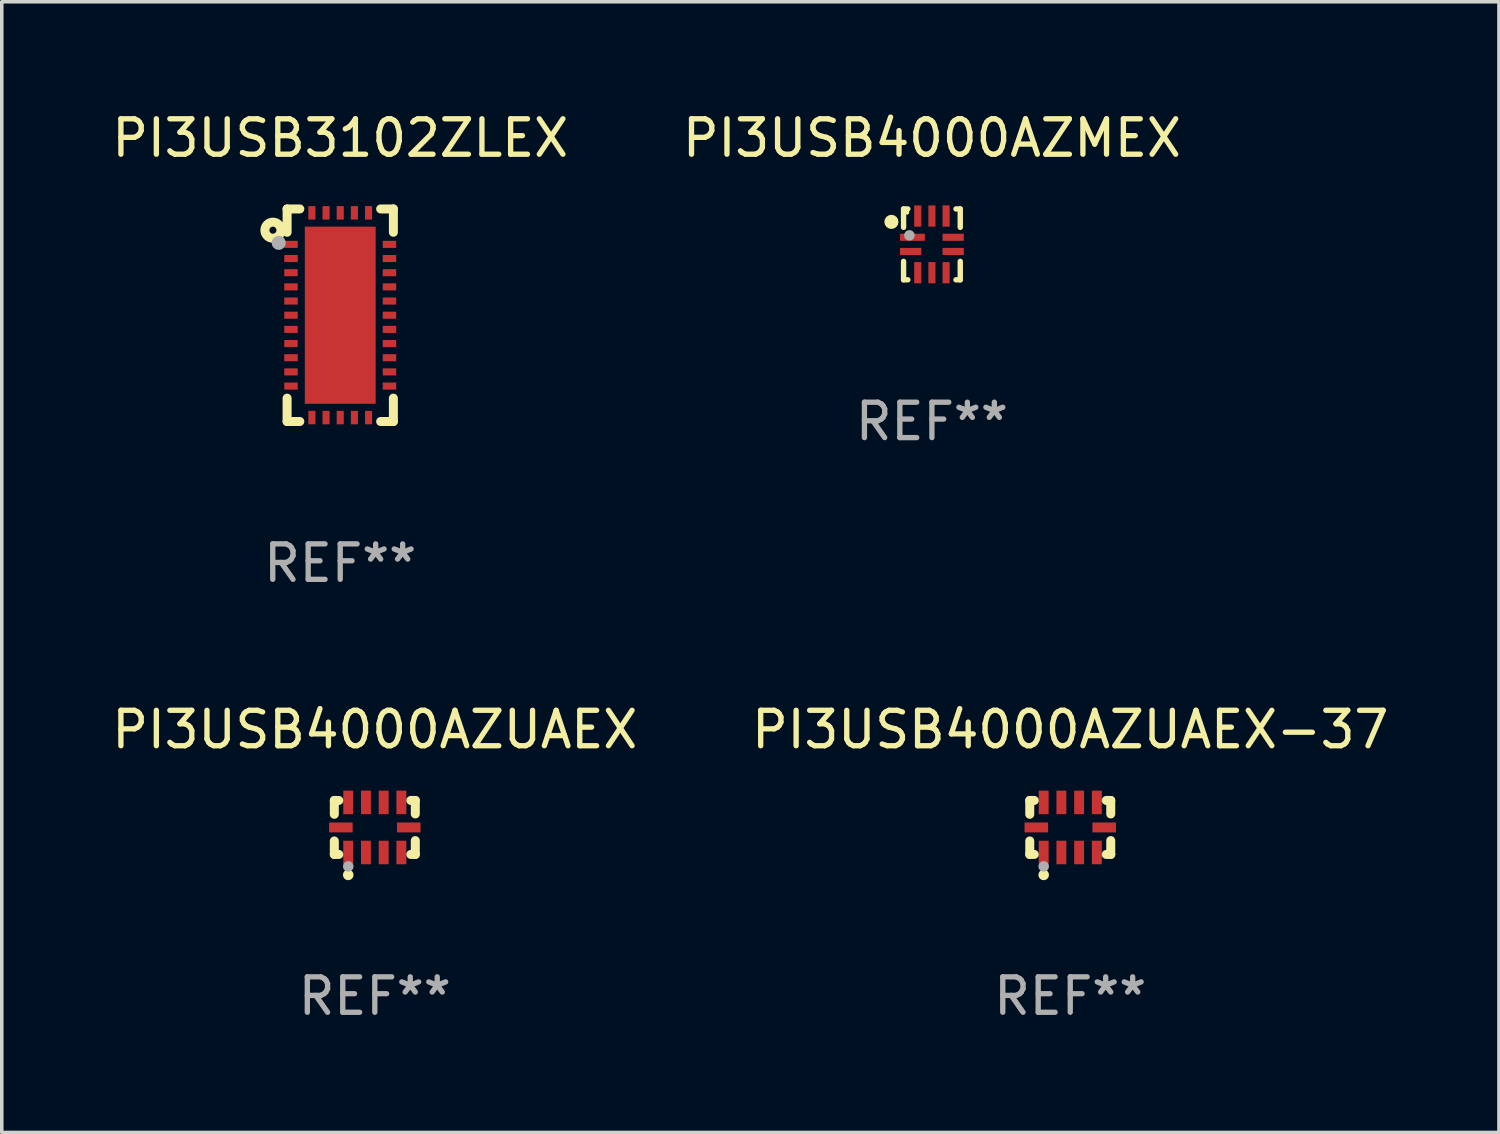
<source format=kicad_pcb>
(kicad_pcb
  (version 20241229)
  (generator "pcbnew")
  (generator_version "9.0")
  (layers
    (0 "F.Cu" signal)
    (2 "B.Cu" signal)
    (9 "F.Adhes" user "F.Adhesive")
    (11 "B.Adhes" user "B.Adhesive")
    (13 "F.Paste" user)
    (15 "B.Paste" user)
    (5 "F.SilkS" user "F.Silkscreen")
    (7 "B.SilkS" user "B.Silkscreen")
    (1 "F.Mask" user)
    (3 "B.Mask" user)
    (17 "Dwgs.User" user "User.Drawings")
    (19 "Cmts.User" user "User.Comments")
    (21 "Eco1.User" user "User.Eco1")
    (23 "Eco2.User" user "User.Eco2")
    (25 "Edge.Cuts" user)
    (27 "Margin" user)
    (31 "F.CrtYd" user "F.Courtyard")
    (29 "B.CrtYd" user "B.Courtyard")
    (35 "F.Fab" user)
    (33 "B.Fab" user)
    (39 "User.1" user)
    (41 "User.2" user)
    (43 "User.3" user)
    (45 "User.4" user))
  (footprint "PI3USB3102ZLEX"
    (layer "F.Cu")
    (at 6.554 5.848)
    (property "Reference" "PI3USB3102ZLEX" (at 0 -5 0) (layer "F.SilkS") (effects (font (size 1 1) (thickness 0.15))))
    (attr through_hole)
    (fp_line (start -1.5 -3) (end -1.141 -3) (stroke (width 0.254) (type solid)) (layer "F.SilkS"))
    (fp_line (start -1.5 -2.341) (end -1.5 -3) (stroke (width 0.254) (type solid)) (layer "F.SilkS"))
    (fp_line (start -1.5 3) (end -1.5 2.341) (stroke (width 0.254) (type solid)) (layer "F.SilkS"))
    (fp_line (start -1.141 3) (end -1.5 3) (stroke (width 0.254) (type solid)) (layer "F.SilkS"))
    (fp_line (start 1.141 -3) (end 1.5 -3) (stroke (width 0.254) (type solid)) (layer "F.SilkS"))
    (fp_line (start 1.5 -3) (end 1.5 -2.341) (stroke (width 0.254) (type solid)) (layer "F.SilkS"))
    (fp_line (start 1.5 2.341) (end 1.5 3) (stroke (width 0.254) (type solid)) (layer "F.SilkS"))
    (fp_line (start 1.5 3) (end 1.141 3) (stroke (width 0.254) (type solid)) (layer "F.SilkS"))
    (fp_circle (center -1.9 -2.4) (end -1.8 -2.4) (stroke (width 0.254) (type solid)) (fill no) (layer "F.SilkS"))
    (fp_circle (center -1.5 -3) (end -1.47 -3) (stroke (width 0.06) (type solid)) (fill no) (layer "F.SilkS"))
    (fp_circle (center -1.737 -2.043) (end -1.637 -2.043) (stroke (width 0.2) (type solid)) (fill no) (layer "F.Fab"))
    (fp_text user "REF**" (at 0 7 0) (layer "F.Fab") (effects (font (size 1 1) (thickness 0.15))))
    (pad "1" smd rect (at -1.39 -2 90) (size 0.2 0.38) (layers "F.Cu" "F.Mask" "F.Paste"))
    (pad "2" smd rect (at -1.39 -1.6 90) (size 0.2 0.38) (layers "F.Cu" "F.Mask" "F.Paste"))
    (pad "3" smd rect (at -1.39 -1.2 90) (size 0.2 0.38) (layers "F.Cu" "F.Mask" "F.Paste"))
    (pad "4" smd rect (at -1.39 -0.8 90) (size 0.2 0.38) (layers "F.Cu" "F.Mask" "F.Paste"))
    (pad "5" smd rect (at -1.39 -0.4 90) (size 0.2 0.38) (layers "F.Cu" "F.Mask" "F.Paste"))
    (pad "6" smd rect (at -1.39 0 90) (size 0.2 0.38) (layers "F.Cu" "F.Mask" "F.Paste"))
    (pad "7" smd rect (at -1.39 0.4 90) (size 0.2 0.38) (layers "F.Cu" "F.Mask" "F.Paste"))
    (pad "8" smd rect (at -1.39 0.8 90) (size 0.2 0.38) (layers "F.Cu" "F.Mask" "F.Paste"))
    (pad "9" smd rect (at -1.39 1.2 90) (size 0.2 0.38) (layers "F.Cu" "F.Mask" "F.Paste"))
    (pad "10" smd rect (at -1.39 1.6 90) (size 0.2 0.38) (layers "F.Cu" "F.Mask" "F.Paste"))
    (pad "11" smd rect (at -1.39 2 90) (size 0.2 0.38) (layers "F.Cu" "F.Mask" "F.Paste"))
    (pad "12" smd rect (at -0.8 2.89 180) (size 0.2 0.38) (layers "F.Cu" "F.Mask" "F.Paste"))
    (pad "13" smd rect (at -0.4 2.89 180) (size 0.2 0.38) (layers "F.Cu" "F.Mask" "F.Paste"))
    (pad "14" smd rect (at 0 2.89 180) (size 0.2 0.38) (layers "F.Cu" "F.Mask" "F.Paste"))
    (pad "15" smd rect (at 0.4 2.89 180) (size 0.2 0.38) (layers "F.Cu" "F.Mask" "F.Paste"))
    (pad "16" smd rect (at 0.8 2.89 180) (size 0.2 0.38) (layers "F.Cu" "F.Mask" "F.Paste"))
    (pad "17" smd rect (at 1.39 2 270) (size 0.2 0.38) (layers "F.Cu" "F.Mask" "F.Paste"))
    (pad "18" smd rect (at 1.39 1.6 270) (size 0.2 0.38) (layers "F.Cu" "F.Mask" "F.Paste"))
    (pad "19" smd rect (at 1.39 1.2 270) (size 0.2 0.38) (layers "F.Cu" "F.Mask" "F.Paste"))
    (pad "20" smd rect (at 1.39 0.8 270) (size 0.2 0.38) (layers "F.Cu" "F.Mask" "F.Paste"))
    (pad "21" smd rect (at 1.39 0.4 270) (size 0.2 0.38) (layers "F.Cu" "F.Mask" "F.Paste"))
    (pad "22" smd rect (at 1.39 0 270) (size 0.2 0.38) (layers "F.Cu" "F.Mask" "F.Paste"))
    (pad "23" smd rect (at 1.39 -0.4 270) (size 0.2 0.38) (layers "F.Cu" "F.Mask" "F.Paste"))
    (pad "24" smd rect (at 1.39 -0.8 270) (size 0.2 0.38) (layers "F.Cu" "F.Mask" "F.Paste"))
    (pad "25" smd rect (at 1.39 -1.2 270) (size 0.2 0.38) (layers "F.Cu" "F.Mask" "F.Paste"))
    (pad "26" smd rect (at 1.39 -1.6 270) (size 0.2 0.38) (layers "F.Cu" "F.Mask" "F.Paste"))
    (pad "27" smd rect (at 1.39 -2 270) (size 0.2 0.38) (layers "F.Cu" "F.Mask" "F.Paste"))
    (pad "28" smd rect (at 0.8 -2.89) (size 0.2 0.38) (layers "F.Cu" "F.Mask" "F.Paste"))
    (pad "29" smd rect (at 0.4 -2.89) (size 0.2 0.38) (layers "F.Cu" "F.Mask" "F.Paste"))
    (pad "30" smd rect (at 0 -2.89) (size 0.2 0.38) (layers "F.Cu" "F.Mask" "F.Paste"))
    (pad "31" smd rect (at -0.4 -2.89) (size 0.2 0.38) (layers "F.Cu" "F.Mask" "F.Paste"))
    (pad "32" smd rect (at -0.8 -2.89) (size 0.2 0.38) (layers "F.Cu" "F.Mask" "F.Paste"))
    (pad "33" smd rect (at 0 0) (size 2 5) (layers "F.Cu" "F.Mask" "F.Paste")))
  (footprint "PI3USB4000AZUAEX-37"
    (layer "F.Cu")
    (at 27.161 20.307)
    (property "Reference" "PI3USB4000AZUAEX-37" (at 0 -2.762 0) (layer "F.SilkS") (effects (font (size 1 1) (thickness 0.15))))
    (attr through_hole)
    (fp_line (start -1.143 -0.762) (end -1.143 -0.371) (stroke (width 0.254) (type solid)) (layer "F.SilkS"))
    (fp_line (start -1.143 -0.762) (end -1.016 -0.762) (stroke (width 0.254) (type solid)) (layer "F.SilkS"))
    (fp_line (start -1.143 0.762) (end -1.143 0.381) (stroke (width 0.254) (type solid)) (layer "F.SilkS"))
    (fp_line (start -1.143 0.762) (end -1.016 0.762) (stroke (width 0.254) (type solid)) (layer "F.SilkS"))
    (fp_line (start 1.143 -0.762) (end 1.016 -0.762) (stroke (width 0.254) (type solid)) (layer "F.SilkS"))
    (fp_line (start 1.143 -0.762) (end 1.143 -0.381) (stroke (width 0.254) (type solid)) (layer "F.SilkS"))
    (fp_line (start 1.143 0.762) (end 1.016 0.762) (stroke (width 0.254) (type solid)) (layer "F.SilkS"))
    (fp_line (start 1.143 0.762) (end 1.143 0.371) (stroke (width 0.254) (type solid)) (layer "F.SilkS"))
    (fp_circle (center -1.05 0.8) (end -1.02 0.8) (stroke (width 0.06) (type solid)) (fill no) (layer "F.SilkS"))
    (fp_circle (center -0.75 1.34) (end -0.675 1.34) (stroke (width 0.15) (type solid)) (fill no) (layer "F.SilkS"))
    (fp_circle (center -0.75 1.1) (end -0.675 1.1) (stroke (width 0.15) (type solid)) (fill no) (layer "F.Fab"))
    (fp_text user "REF**" (at 0 4.762 0) (layer "F.Fab") (effects (font (size 1 1) (thickness 0.15))))
    (pad "1" smd rect (at -0.75 0.707) (size 0.28 0.665) (layers "F.Cu" "F.Mask" "F.Paste"))
    (pad "2" smd rect (at -0.25 0.707) (size 0.28 0.665) (layers "F.Cu" "F.Mask" "F.Paste"))
    (pad "3" smd rect (at 0.25 0.707) (size 0.28 0.665) (layers "F.Cu" "F.Mask" "F.Paste"))
    (pad "4" smd rect (at 0.75 0.707) (size 0.28 0.665) (layers "F.Cu" "F.Mask" "F.Paste"))
    (pad "5" smd rect (at 0.958 -0.000013) (size 0.665 0.28) (layers "F.Cu" "F.Mask" "F.Paste"))
    (pad "6" smd rect (at 0.75 -0.707) (size 0.28 0.665) (layers "F.Cu" "F.Mask" "F.Paste"))
    (pad "7" smd rect (at 0.25 -0.707) (size 0.28 0.665) (layers "F.Cu" "F.Mask" "F.Paste"))
    (pad "8" smd rect (at -0.25 -0.707) (size 0.28 0.665) (layers "F.Cu" "F.Mask" "F.Paste"))
    (pad "9" smd rect (at -0.75 -0.707) (size 0.28 0.665) (layers "F.Cu" "F.Mask" "F.Paste"))
    (pad "10" smd rect (at -0.958 -0.000013) (size 0.665 0.28) (layers "F.Cu" "F.Mask" "F.Paste")))
  (footprint "PI3USB4000AZMEX"
    (layer "F.Cu")
    (at 23.256 3.848)
    (property "Reference" "PI3USB4000AZMEX" (at 0 -3 0) (layer "F.SilkS") (effects (font (size 1 1) (thickness 0.15))))
    (attr through_hole)
    (fp_line (start -0.8 -1) (end -0.68 -1) (stroke (width 0.152) (type solid)) (layer "F.SilkS"))
    (fp_line (start -0.8 -0.48) (end -0.8 -1) (stroke (width 0.152) (type solid)) (layer "F.SilkS"))
    (fp_line (start -0.8 1) (end -0.8 0.48) (stroke (width 0.152) (type solid)) (layer "F.SilkS"))
    (fp_line (start -0.68 1) (end -0.8 1) (stroke (width 0.152) (type solid)) (layer "F.SilkS"))
    (fp_line (start 0.68 -1) (end 0.8 -1) (stroke (width 0.152) (type solid)) (layer "F.SilkS"))
    (fp_line (start 0.8 -1) (end 0.8 -0.48) (stroke (width 0.152) (type solid)) (layer "F.SilkS"))
    (fp_line (start 0.8 0.48) (end 0.8 1) (stroke (width 0.152) (type solid)) (layer "F.SilkS"))
    (fp_line (start 0.8 1) (end 0.68 1) (stroke (width 0.152) (type solid)) (layer "F.SilkS"))
    (fp_circle (center -1.143 -0.635) (end -1.043 -0.635) (stroke (width 0.2) (type solid)) (fill no) (layer "F.SilkS"))
    (fp_circle (center -0.7 -0.9) (end -0.67 -0.9) (stroke (width 0.06) (type solid)) (fill no) (layer "F.SilkS"))
    (fp_circle (center -0.635 -0.254) (end -0.56 -0.254) (stroke (width 0.15) (type solid)) (fill no) (layer "F.Fab"))
    (fp_text user "REF**" (at 0 5 0) (layer "F.Fab") (effects (font (size 1 1) (thickness 0.15))))
    (pad "1" smd rect (at -0.55 -0.2) (size 0.7 0.2) (layers "F.Cu" "F.Mask" "F.Paste"))
    (pad "2" smd rect (at -0.6 0.2) (size 0.6 0.2) (layers "F.Cu" "F.Mask" "F.Paste"))
    (pad "3" smd rect (at -0.4 0.8) (size 0.2 0.6) (layers "F.Cu" "F.Mask" "F.Paste"))
    (pad "4" smd rect (at 0 0.8) (size 0.2 0.6) (layers "F.Cu" "F.Mask" "F.Paste"))
    (pad "5" smd rect (at 0.4 0.8) (size 0.2 0.6) (layers "F.Cu" "F.Mask" "F.Paste"))
    (pad "6" smd rect (at 0.6 0.2) (size 0.6 0.2) (layers "F.Cu" "F.Mask" "F.Paste"))
    (pad "7" smd rect (at 0.6 -0.2) (size 0.6 0.2) (layers "F.Cu" "F.Mask" "F.Paste"))
    (pad "8" smd rect (at 0.4 -0.8) (size 0.2 0.6) (layers "F.Cu" "F.Mask" "F.Paste"))
    (pad "9" smd rect (at 0 -0.8) (size 0.2 0.6) (layers "F.Cu" "F.Mask" "F.Paste"))
    (pad "10" smd rect (at -0.4 -0.8) (size 0.2 0.6) (layers "F.Cu" "F.Mask" "F.Paste")))
  (footprint "PI3USB4000AZUAEX"
    (layer "F.Cu")
    (at 7.53 20.307)
    (property "Reference" "PI3USB4000AZUAEX" (at 0 -2.762 0) (layer "F.SilkS") (effects (font (size 1 1) (thickness 0.15))))
    (attr through_hole)
    (fp_line (start -1.143 -0.762) (end -1.143 -0.371) (stroke (width 0.254) (type solid)) (layer "F.SilkS"))
    (fp_line (start -1.143 -0.762) (end -1.016 -0.762) (stroke (width 0.254) (type solid)) (layer "F.SilkS"))
    (fp_line (start -1.143 0.762) (end -1.143 0.381) (stroke (width 0.254) (type solid)) (layer "F.SilkS"))
    (fp_line (start -1.143 0.762) (end -1.016 0.762) (stroke (width 0.254) (type solid)) (layer "F.SilkS"))
    (fp_line (start 1.143 -0.762) (end 1.016 -0.762) (stroke (width 0.254) (type solid)) (layer "F.SilkS"))
    (fp_line (start 1.143 -0.762) (end 1.143 -0.381) (stroke (width 0.254) (type solid)) (layer "F.SilkS"))
    (fp_line (start 1.143 0.762) (end 1.016 0.762) (stroke (width 0.254) (type solid)) (layer "F.SilkS"))
    (fp_line (start 1.143 0.762) (end 1.143 0.371) (stroke (width 0.254) (type solid)) (layer "F.SilkS"))
    (fp_circle (center -1.05 0.8) (end -1.02 0.8) (stroke (width 0.06) (type solid)) (fill no) (layer "F.SilkS"))
    (fp_circle (center -0.75 1.34) (end -0.675 1.34) (stroke (width 0.15) (type solid)) (fill no) (layer "F.SilkS"))
    (fp_circle (center -0.75 1.1) (end -0.675 1.1) (stroke (width 0.15) (type solid)) (fill no) (layer "F.Fab"))
    (fp_text user "REF**" (at 0 4.762 0) (layer "F.Fab") (effects (font (size 1 1) (thickness 0.15))))
    (pad "1" smd rect (at -0.75 0.707) (size 0.28 0.665) (layers "F.Cu" "F.Mask" "F.Paste"))
    (pad "2" smd rect (at -0.25 0.707) (size 0.28 0.665) (layers "F.Cu" "F.Mask" "F.Paste"))
    (pad "3" smd rect (at 0.25 0.707) (size 0.28 0.665) (layers "F.Cu" "F.Mask" "F.Paste"))
    (pad "4" smd rect (at 0.75 0.707) (size 0.28 0.665) (layers "F.Cu" "F.Mask" "F.Paste"))
    (pad "5" smd rect (at 0.958 -0.000013) (size 0.665 0.28) (layers "F.Cu" "F.Mask" "F.Paste"))
    (pad "6" smd rect (at 0.75 -0.707) (size 0.28 0.665) (layers "F.Cu" "F.Mask" "F.Paste"))
    (pad "7" smd rect (at 0.25 -0.707) (size 0.28 0.665) (layers "F.Cu" "F.Mask" "F.Paste"))
    (pad "8" smd rect (at -0.25 -0.707) (size 0.28 0.665) (layers "F.Cu" "F.Mask" "F.Paste"))
    (pad "9" smd rect (at -0.75 -0.707) (size 0.28 0.665) (layers "F.Cu" "F.Mask" "F.Paste"))
    (pad "10" smd rect (at -0.958 -0.000013) (size 0.665 0.28) (layers "F.Cu" "F.Mask" "F.Paste")))
  (gr_rect
    (start -3 -3)
    (end 39.262 28.917)
    (stroke (width 0.1) (type default))
    (fill no)
    (layer "Edge.Cuts")))
</source>
